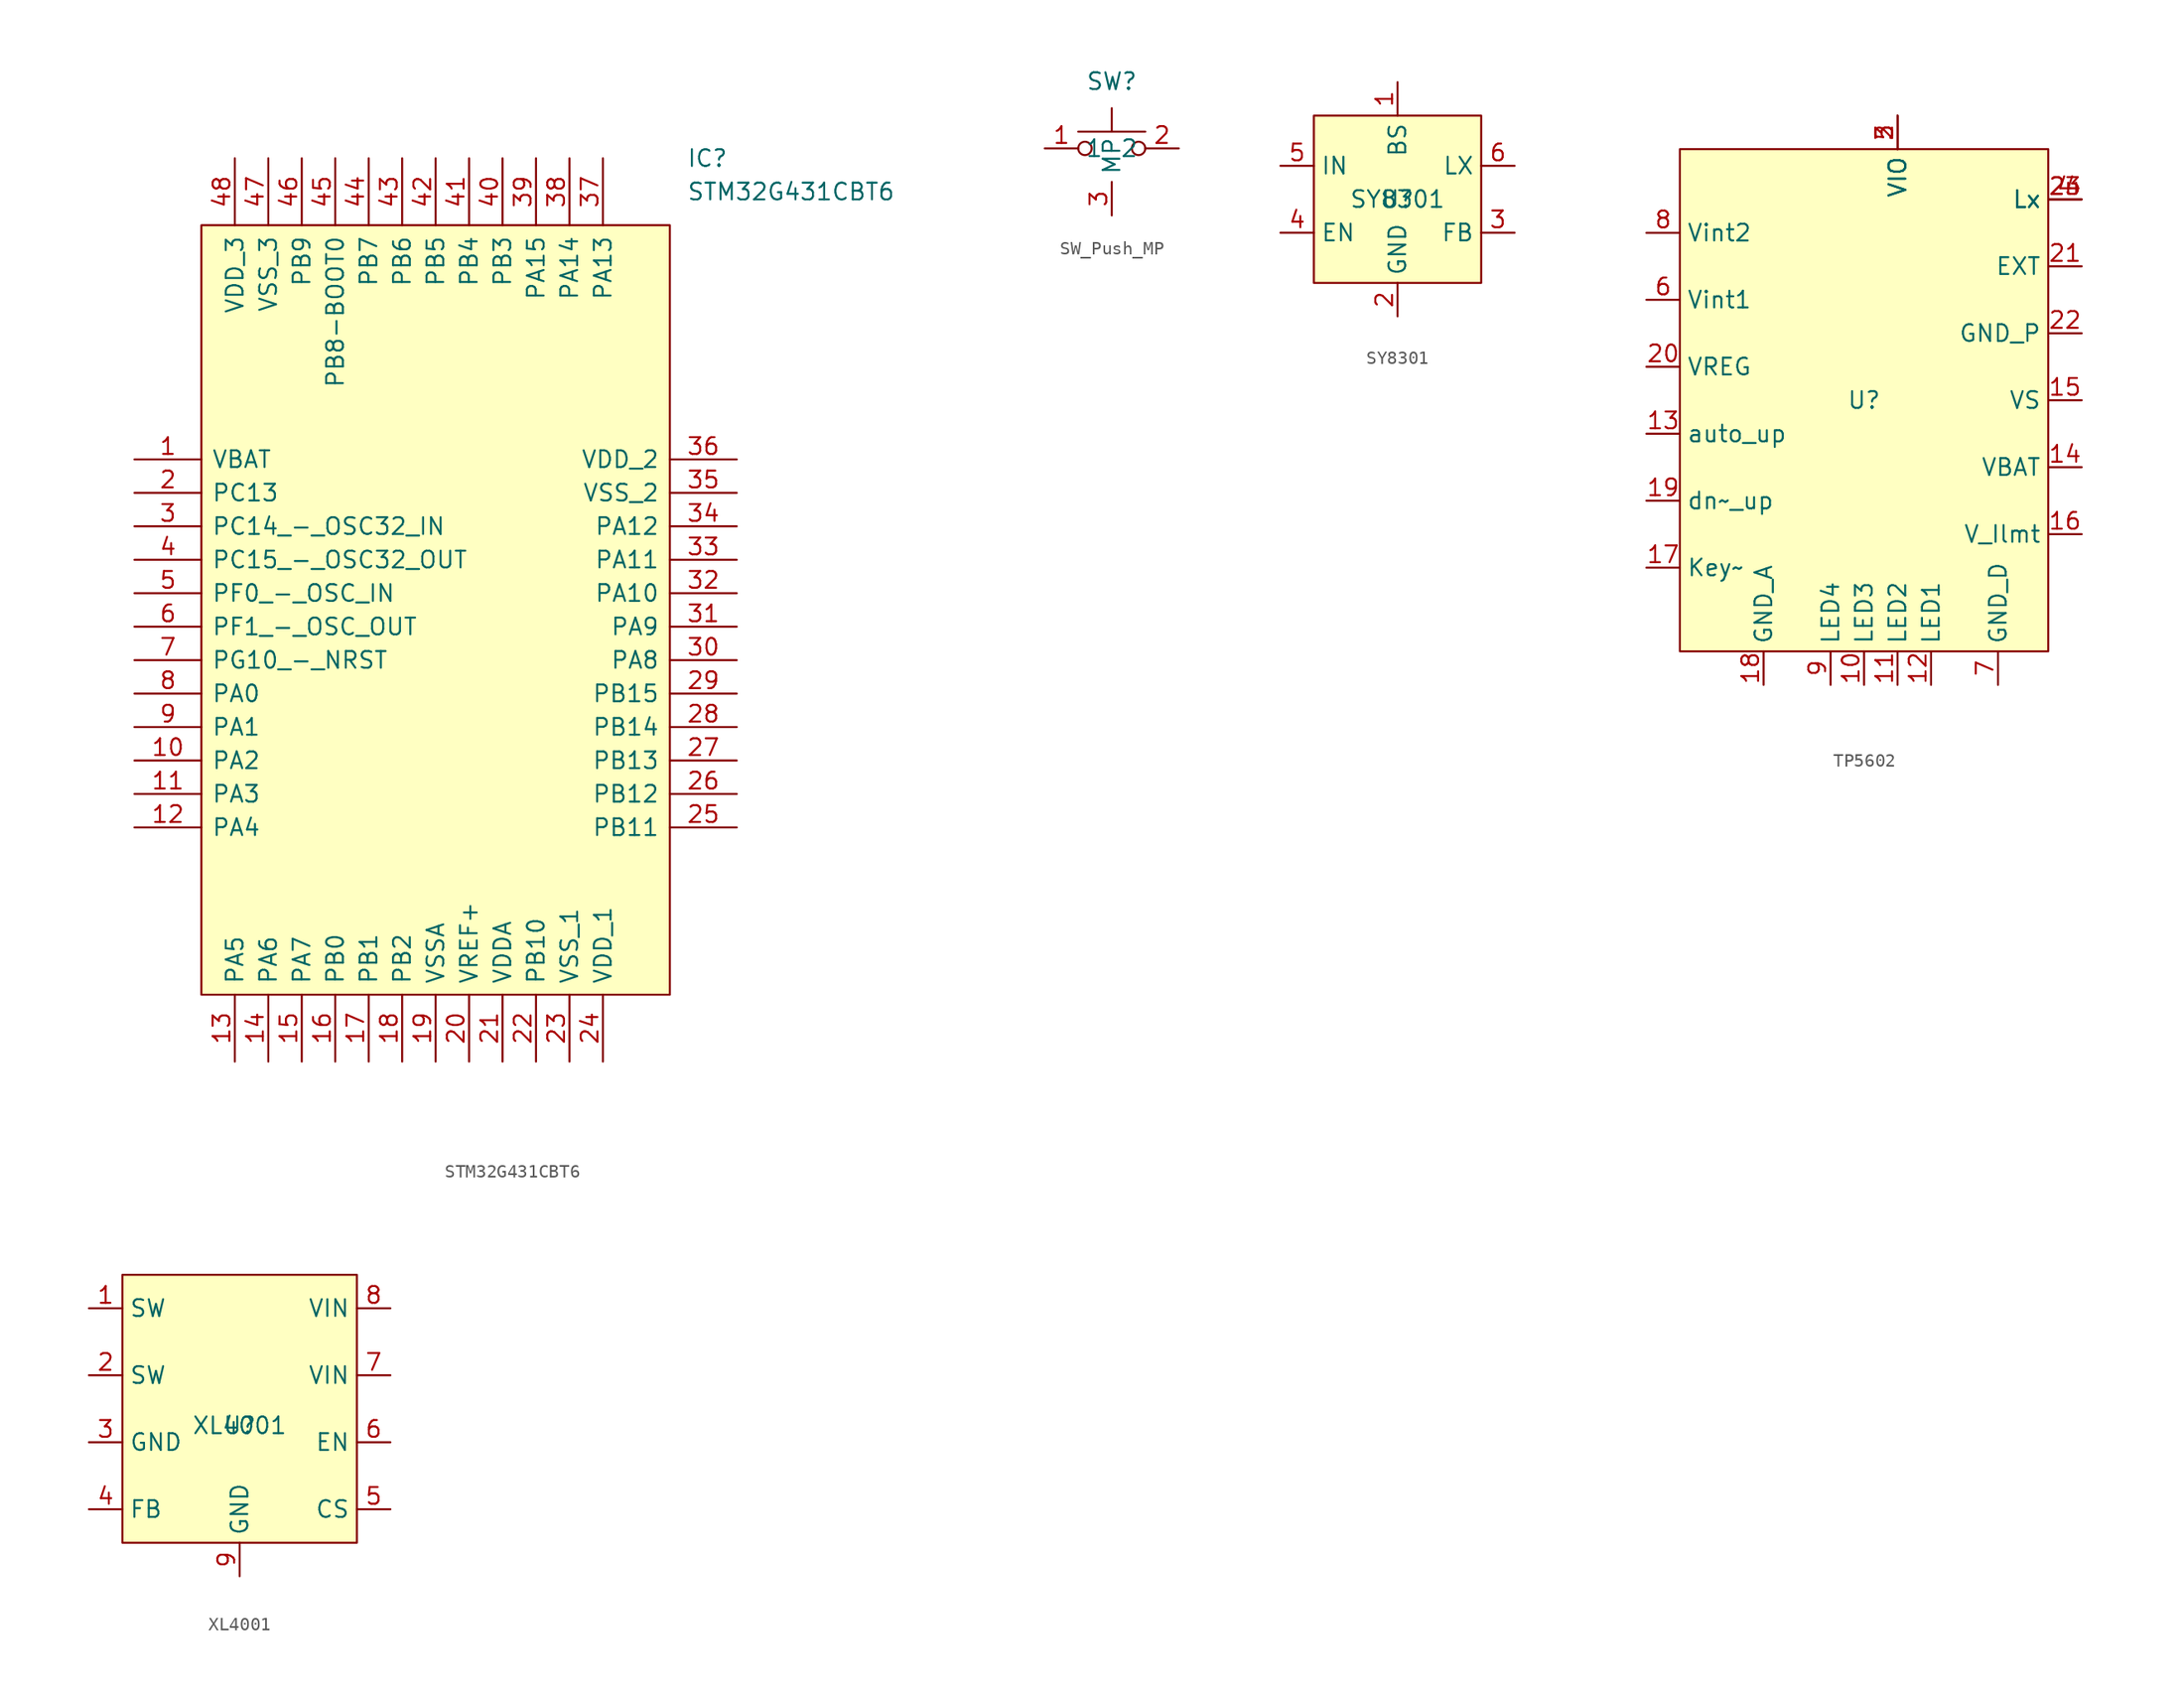
<source format=kicad_sym>
(kicad_symbol_lib
  (version 20220914)
  (generator kicad_symbol_editor)
  (symbol "STM32G431CBT6"
    (pin_names
      (offset 0.762))
    (property "Reference" "IC"
      (at 41.91 22.86 0)
      (effects (font (size 1.27 1.27)) (justify left)))
    (property "Value" "STM32G431CBT6"
      (at 41.91 20.32 0)
      (effects (font (size 1.27 1.27)) (justify left)))
    (symbol "STM32G431CBT6_0_0"
      (pin passive line (at 0 0 0) (length 5.08) (name "VBAT" (effects (font (size 1.27 1.27)))) (number "1" (effects (font (size 1.27 1.27)))))
      (pin passive line (at 0 -22.86 0) (length 5.08) (name "PA2" (effects (font (size 1.27 1.27)))) (number "10" (effects (font (size 1.27 1.27)))))
      (pin passive line (at 0 -25.4 0) (length 5.08) (name "PA3" (effects (font (size 1.27 1.27)))) (number "11" (effects (font (size 1.27 1.27)))))
      (pin passive line (at 0 -27.94 0) (length 5.08) (name "PA4" (effects (font (size 1.27 1.27)))) (number "12" (effects (font (size 1.27 1.27)))))
      (pin passive line (at 7.62 -45.72 90) (length 5.08) (name "PA5" (effects (font (size 1.27 1.27)))) (number "13" (effects (font (size 1.27 1.27)))))
      (pin passive line (at 10.16 -45.72 90) (length 5.08) (name "PA6" (effects (font (size 1.27 1.27)))) (number "14" (effects (font (size 1.27 1.27)))))
      (pin passive line (at 12.7 -45.72 90) (length 5.08) (name "PA7" (effects (font (size 1.27 1.27)))) (number "15" (effects (font (size 1.27 1.27)))))
      (pin passive line (at 15.24 -45.72 90) (length 5.08) (name "PB0" (effects (font (size 1.27 1.27)))) (number "16" (effects (font (size 1.27 1.27)))))
      (pin passive line (at 17.78 -45.72 90) (length 5.08) (name "PB1" (effects (font (size 1.27 1.27)))) (number "17" (effects (font (size 1.27 1.27)))))
      (pin passive line (at 20.32 -45.72 90) (length 5.08) (name "PB2" (effects (font (size 1.27 1.27)))) (number "18" (effects (font (size 1.27 1.27)))))
      (pin passive line (at 22.86 -45.72 90) (length 5.08) (name "VSSA" (effects (font (size 1.27 1.27)))) (number "19" (effects (font (size 1.27 1.27)))))
      (pin passive line (at 0 -2.54 0) (length 5.08) (name "PC13" (effects (font (size 1.27 1.27)))) (number "2" (effects (font (size 1.27 1.27)))))
      (pin passive line (at 25.4 -45.72 90) (length 5.08) (name "VREF+" (effects (font (size 1.27 1.27)))) (number "20" (effects (font (size 1.27 1.27)))))
      (pin passive line (at 27.94 -45.72 90) (length 5.08) (name "VDDA" (effects (font (size 1.27 1.27)))) (number "21" (effects (font (size 1.27 1.27)))))
      (pin passive line (at 30.48 -45.72 90) (length 5.08) (name "PB10" (effects (font (size 1.27 1.27)))) (number "22" (effects (font (size 1.27 1.27)))))
      (pin passive line (at 33.02 -45.72 90) (length 5.08) (name "VSS_1" (effects (font (size 1.27 1.27)))) (number "23" (effects (font (size 1.27 1.27)))))
      (pin passive line (at 35.56 -45.72 90) (length 5.08) (name "VDD_1" (effects (font (size 1.27 1.27)))) (number "24" (effects (font (size 1.27 1.27)))))
      (pin passive line (at 45.72 -27.94 180) (length 5.08) (name "PB11" (effects (font (size 1.27 1.27)))) (number "25" (effects (font (size 1.27 1.27)))))
      (pin passive line (at 45.72 -25.4 180) (length 5.08) (name "PB12" (effects (font (size 1.27 1.27)))) (number "26" (effects (font (size 1.27 1.27)))))
      (pin passive line (at 45.72 -22.86 180) (length 5.08) (name "PB13" (effects (font (size 1.27 1.27)))) (number "27" (effects (font (size 1.27 1.27)))))
      (pin passive line (at 45.72 -20.32 180) (length 5.08) (name "PB14" (effects (font (size 1.27 1.27)))) (number "28" (effects (font (size 1.27 1.27)))))
      (pin passive line (at 45.72 -17.78 180) (length 5.08) (name "PB15" (effects (font (size 1.27 1.27)))) (number "29" (effects (font (size 1.27 1.27)))))
      (pin passive line (at 0 -5.08 0) (length 5.08) (name "PC14_-_OSC32_IN" (effects (font (size 1.27 1.27)))) (number "3" (effects (font (size 1.27 1.27)))))
      (pin passive line (at 45.72 -15.24 180) (length 5.08) (name "PA8" (effects (font (size 1.27 1.27)))) (number "30" (effects (font (size 1.27 1.27)))))
      (pin passive line (at 45.72 -12.7 180) (length 5.08) (name "PA9" (effects (font (size 1.27 1.27)))) (number "31" (effects (font (size 1.27 1.27)))))
      (pin passive line (at 45.72 -10.16 180) (length 5.08) (name "PA10" (effects (font (size 1.27 1.27)))) (number "32" (effects (font (size 1.27 1.27)))))
      (pin passive line (at 45.72 -7.62 180) (length 5.08) (name "PA11" (effects (font (size 1.27 1.27)))) (number "33" (effects (font (size 1.27 1.27)))))
      (pin passive line (at 45.72 -5.08 180) (length 5.08) (name "PA12" (effects (font (size 1.27 1.27)))) (number "34" (effects (font (size 1.27 1.27)))))
      (pin passive line (at 45.72 -2.54 180) (length 5.08) (name "VSS_2" (effects (font (size 1.27 1.27)))) (number "35" (effects (font (size 1.27 1.27)))))
      (pin passive line (at 45.72 0 180) (length 5.08) (name "VDD_2" (effects (font (size 1.27 1.27)))) (number "36" (effects (font (size 1.27 1.27)))))
      (pin passive line (at 35.56 22.86 270) (length 5.08) (name "PA13" (effects (font (size 1.27 1.27)))) (number "37" (effects (font (size 1.27 1.27)))))
      (pin passive line (at 33.02 22.86 270) (length 5.08) (name "PA14" (effects (font (size 1.27 1.27)))) (number "38" (effects (font (size 1.27 1.27)))))
      (pin passive line (at 30.48 22.86 270) (length 5.08) (name "PA15" (effects (font (size 1.27 1.27)))) (number "39" (effects (font (size 1.27 1.27)))))
      (pin passive line (at 0 -7.62 0) (length 5.08) (name "PC15_-_OSC32_OUT" (effects (font (size 1.27 1.27)))) (number "4" (effects (font (size 1.27 1.27)))))
      (pin passive line (at 27.94 22.86 270) (length 5.08) (name "PB3" (effects (font (size 1.27 1.27)))) (number "40" (effects (font (size 1.27 1.27)))))
      (pin passive line (at 25.4 22.86 270) (length 5.08) (name "PB4" (effects (font (size 1.27 1.27)))) (number "41" (effects (font (size 1.27 1.27)))))
      (pin passive line (at 22.86 22.86 270) (length 5.08) (name "PB5" (effects (font (size 1.27 1.27)))) (number "42" (effects (font (size 1.27 1.27)))))
      (pin passive line (at 20.32 22.86 270) (length 5.08) (name "PB6" (effects (font (size 1.27 1.27)))) (number "43" (effects (font (size 1.27 1.27)))))
      (pin passive line (at 17.78 22.86 270) (length 5.08) (name "PB7" (effects (font (size 1.27 1.27)))) (number "44" (effects (font (size 1.27 1.27)))))
      (pin passive line (at 15.24 22.86 270) (length 5.08) (name "PB8-BOOT0" (effects (font (size 1.27 1.27)))) (number "45" (effects (font (size 1.27 1.27)))))
      (pin passive line (at 12.7 22.86 270) (length 5.08) (name "PB9" (effects (font (size 1.27 1.27)))) (number "46" (effects (font (size 1.27 1.27)))))
      (pin passive line (at 10.16 22.86 270) (length 5.08) (name "VSS_3" (effects (font (size 1.27 1.27)))) (number "47" (effects (font (size 1.27 1.27)))))
      (pin passive line (at 7.62 22.86 270) (length 5.08) (name "VDD_3" (effects (font (size 1.27 1.27)))) (number "48" (effects (font (size 1.27 1.27)))))
      (pin passive line (at 0 -10.16 0) (length 5.08) (name "PF0_-_OSC_IN" (effects (font (size 1.27 1.27)))) (number "5" (effects (font (size 1.27 1.27)))))
      (pin passive line (at 0 -12.7 0) (length 5.08) (name "PF1_-_OSC_OUT" (effects (font (size 1.27 1.27)))) (number "6" (effects (font (size 1.27 1.27)))))
      (pin passive line (at 0 -15.24 0) (length 5.08) (name "PG10_-_NRST" (effects (font (size 1.27 1.27)))) (number "7" (effects (font (size 1.27 1.27)))))
      (pin passive line (at 0 -17.78 0) (length 5.08) (name "PA0" (effects (font (size 1.27 1.27)))) (number "8" (effects (font (size 1.27 1.27)))))
      (pin passive line (at 0 -20.32 0) (length 5.08) (name "PA1" (effects (font (size 1.27 1.27)))) (number "9" (effects (font (size 1.27 1.27))))))
    (symbol "STM32G431CBT6_0_1"
      (polyline (pts (xy 5.08 17.78) (xy 40.64 17.78) (xy 40.64 -40.64) (xy 5.08 -40.64) (xy 5.08 17.78)) (stroke (width 0.152) (type default)) (fill (type background)))))
  (symbol "SW_Push_MP"
    (property "Reference" "SW"
      (at 0 5.08 0)
      (effects (font (size 1.27 1.27))))
    (property "Value" ""
      (at 0 0 0)
      (effects (font (size 1.27 1.27))))
    (symbol "SW_Push_MP_0_1"
      (circle (center -2.032 0) (radius 0.508) (stroke (width 0) (type default)) (fill (type none)))
      (polyline (pts (xy 0 1.27) (xy 0 3.048)) (stroke (width 0) (type default)) (fill (type none)))
      (polyline (pts (xy 2.54 1.27) (xy -2.54 1.27)) (stroke (width 0) (type default)) (fill (type none)))
      (circle (center 2.032 0) (radius 0.508) (stroke (width 0) (type default)) (fill (type none)))
      (pin passive line (at -5.08 0 0) (length 2.54) (name "1" (effects (font (size 1.27 1.27)))) (number "1" (effects (font (size 1.27 1.27)))))
      (pin passive line (at 5.08 0 180) (length 2.54) (name "2" (effects (font (size 1.27 1.27)))) (number "2" (effects (font (size 1.27 1.27))))))
    (symbol "SW_Push_MP_1_1"
      (pin input line (at 0 -5.08 90) (length 2.54) (name "MP" (effects (font (size 1.27 1.27)))) (number "3" (effects (font (size 1.27 1.27)))))))
  (symbol "SY8301"
    (property "Reference" "U"
      (at 0 0 0)
      (effects (font (size 1.27 1.27))))
    (property "Value" "SY8301"
      (at 0 0 0)
      (effects (font (size 1.27 1.27))))
    (symbol "SY8301_0_1"
      (rectangle (start -6.35 6.35) (end 6.35 -6.35) (stroke (width 0) (type default)) (fill (type background))))
    (symbol "SY8301_1_1"
      (pin input line (at 0 8.89 270) (length 2.54) (name "BS" (effects (font (size 1.27 1.27)))) (number "1" (effects (font (size 1.27 1.27)))))
      (pin input line (at 0 -8.89 90) (length 2.54) (name "GND" (effects (font (size 1.27 1.27)))) (number "2" (effects (font (size 1.27 1.27)))))
      (pin input line (at 8.89 -2.54 180) (length 2.54) (name "FB" (effects (font (size 1.27 1.27)))) (number "3" (effects (font (size 1.27 1.27)))))
      (pin input line (at -8.89 -2.54 0) (length 2.54) (name "EN" (effects (font (size 1.27 1.27)))) (number "4" (effects (font (size 1.27 1.27)))))
      (pin input line (at -8.89 2.54 0) (length 2.54) (name "IN" (effects (font (size 1.27 1.27)))) (number "5" (effects (font (size 1.27 1.27)))))
      (pin input line (at 8.89 2.54 180) (length 2.54) (name "LX" (effects (font (size 1.27 1.27)))) (number "6" (effects (font (size 1.27 1.27)))))))
  (symbol "TP5602"
    (property "Reference" "U"
      (at 0 0 0)
      (effects (font (size 1.27 1.27))))
    (property "Value" ""
      (at 0 0 0)
      (effects (font (size 1.27 1.27))))
    (symbol "TP5602_0_1"
      (rectangle (start -13.97 19.05) (end 13.97 -19.05) (stroke (width 0) (type default)) (fill (type background))))
    (symbol "TP5602_1_1"
      (pin no_connect line (at -16.51 17.78 0) (length 2.54) hide (name "NC" (effects (font (size 1.27 1.27)))) (number "1" (effects (font (size 1.27 1.27)))))
      (pin output line (at 0 -21.59 90) (length 2.54) (name "LED3" (effects (font (size 1.27 1.27)))) (number "10" (effects (font (size 1.27 1.27)))))
      (pin output line (at 2.54 -21.59 90) (length 2.54) (name "LED2" (effects (font (size 1.27 1.27)))) (number "11" (effects (font (size 1.27 1.27)))))
      (pin output line (at 5.08 -21.59 90) (length 2.54) (name "LED1" (effects (font (size 1.27 1.27)))) (number "12" (effects (font (size 1.27 1.27)))))
      (pin input line (at -16.51 -2.54 0) (length 2.54) (name "auto_up" (effects (font (size 1.27 1.27)))) (number "13" (effects (font (size 1.27 1.27)))))
      (pin input line (at 16.51 -5.08 180) (length 2.54) (name "VBAT" (effects (font (size 1.27 1.27)))) (number "14" (effects (font (size 1.27 1.27)))))
      (pin input line (at 16.51 0 180) (length 2.54) (name "VS" (effects (font (size 1.27 1.27)))) (number "15" (effects (font (size 1.27 1.27)))))
      (pin input line (at 16.51 -10.16 180) (length 2.54) (name "V_Ilmt" (effects (font (size 1.27 1.27)))) (number "16" (effects (font (size 1.27 1.27)))))
      (pin input line (at -16.51 -12.7 0) (length 2.54) (name "Key~" (effects (font (size 1.27 1.27)))) (number "17" (effects (font (size 1.27 1.27)))))
      (pin power_in line (at -7.62 -21.59 90) (length 2.54) (name "GND_A" (effects (font (size 1.27 1.27)))) (number "18" (effects (font (size 1.27 1.27)))))
      (pin input line (at -16.51 -7.62 0) (length 2.54) (name "dn~_up" (effects (font (size 1.27 1.27)))) (number "19" (effects (font (size 1.27 1.27)))))
      (pin power_in line (at 2.54 21.59 270) (length 2.54) (name "VIO" (effects (font (size 1.27 1.27)))) (number "2" (effects (font (size 1.27 1.27)))))
      (pin power_in line (at -16.51 2.54 0) (length 2.54) (name "VREG" (effects (font (size 1.27 1.27)))) (number "20" (effects (font (size 1.27 1.27)))))
      (pin output line (at 16.51 10.16 180) (length 2.54) (name "EXT" (effects (font (size 1.27 1.27)))) (number "21" (effects (font (size 1.27 1.27)))))
      (pin power_in line (at 16.51 5.08 180) (length 2.54) (name "GND_P" (effects (font (size 1.27 1.27)))) (number "22" (effects (font (size 1.27 1.27)))))
      (pin power_out line (at 16.51 15.24 180) (length 2.54) (name "Lx" (effects (font (size 1.27 1.27)))) (number "23" (effects (font (size 1.27 1.27)))))
      (pin power_out line (at 16.51 15.24 180) (length 2.54) (name "Lx" (effects (font (size 1.27 1.27)))) (number "24" (effects (font (size 1.27 1.27)))))
      (pin power_in line (at 2.54 21.59 270) (length 2.54) (name "VIO" (effects (font (size 1.27 1.27)))) (number "3" (effects (font (size 1.27 1.27)))))
      (pin power_out line (at 16.51 15.24 180) (length 2.54) (name "Lx" (effects (font (size 1.27 1.27)))) (number "4" (effects (font (size 1.27 1.27)))))
      (pin power_in line (at 2.54 21.59 270) (length 2.54) (name "VIO" (effects (font (size 1.27 1.27)))) (number "5" (effects (font (size 1.27 1.27)))))
      (pin power_in line (at -16.51 7.62 0) (length 2.54) (name "Vint1" (effects (font (size 1.27 1.27)))) (number "6" (effects (font (size 1.27 1.27)))))
      (pin power_in line (at 10.16 -21.59 90) (length 2.54) (name "GND_D" (effects (font (size 1.27 1.27)))) (number "7" (effects (font (size 1.27 1.27)))))
      (pin power_in line (at -16.51 12.7 0) (length 2.54) (name "Vint2" (effects (font (size 1.27 1.27)))) (number "8" (effects (font (size 1.27 1.27)))))
      (pin output line (at -2.54 -21.59 90) (length 2.54) (name "LED4" (effects (font (size 1.27 1.27)))) (number "9" (effects (font (size 1.27 1.27)))))))
  (symbol "XL4001"
    (property "Reference" "U"
      (at 0 -1.27 0)
      (effects (font (size 1.27 1.27))))
    (property "Value" "XL4001"
      (at 0 -1.27 0)
      (effects (font (size 1.27 1.27))))
    (symbol "XL4001_0_0"
      (text "" (at -11.43 8.89 0) (effects (font (size 1.27 1.27))))
      (text "" (at 11.43 8.89 0) (effects (font (size 1.27 1.27)))))
    (symbol "XL4001_0_1"
      (rectangle (start -8.89 10.16) (end 8.89 -10.16) (stroke (width 0) (type default)) (fill (type background))))
    (symbol "XL4001_1_1"
      (pin input line (at -11.43 7.62 0) (length 2.54) (name "SW" (effects (font (size 1.27 1.27)))) (number "1" (effects (font (size 1.27 1.27)))))
      (pin input line (at -11.43 2.54 0) (length 2.54) (name "SW" (effects (font (size 1.27 1.27)))) (number "2" (effects (font (size 1.27 1.27)))))
      (pin input line (at -11.43 -2.54 0) (length 2.54) (name "GND" (effects (font (size 1.27 1.27)))) (number "3" (effects (font (size 1.27 1.27)))))
      (pin input line (at -11.43 -7.62 0) (length 2.54) (name "FB" (effects (font (size 1.27 1.27)))) (number "4" (effects (font (size 1.27 1.27)))))
      (pin input line (at 11.43 -7.62 180) (length 2.54) (name "CS" (effects (font (size 1.27 1.27)))) (number "5" (effects (font (size 1.27 1.27)))))
      (pin input line (at 11.43 -2.54 180) (length 2.54) (name "EN" (effects (font (size 1.27 1.27)))) (number "6" (effects (font (size 1.27 1.27)))))
      (pin input line (at 11.43 2.54 180) (length 2.54) (name "VIN" (effects (font (size 1.27 1.27)))) (number "7" (effects (font (size 1.27 1.27)))))
      (pin input line (at 11.43 7.62 180) (length 2.54) (name "VIN" (effects (font (size 1.27 1.27)))) (number "8" (effects (font (size 1.27 1.27)))))
      (pin input line (at 0 -12.7 90) (length 2.54) (name "GND" (effects (font (size 1.27 1.27)))) (number "9" (effects (font (size 1.27 1.27))))))))
</source>
